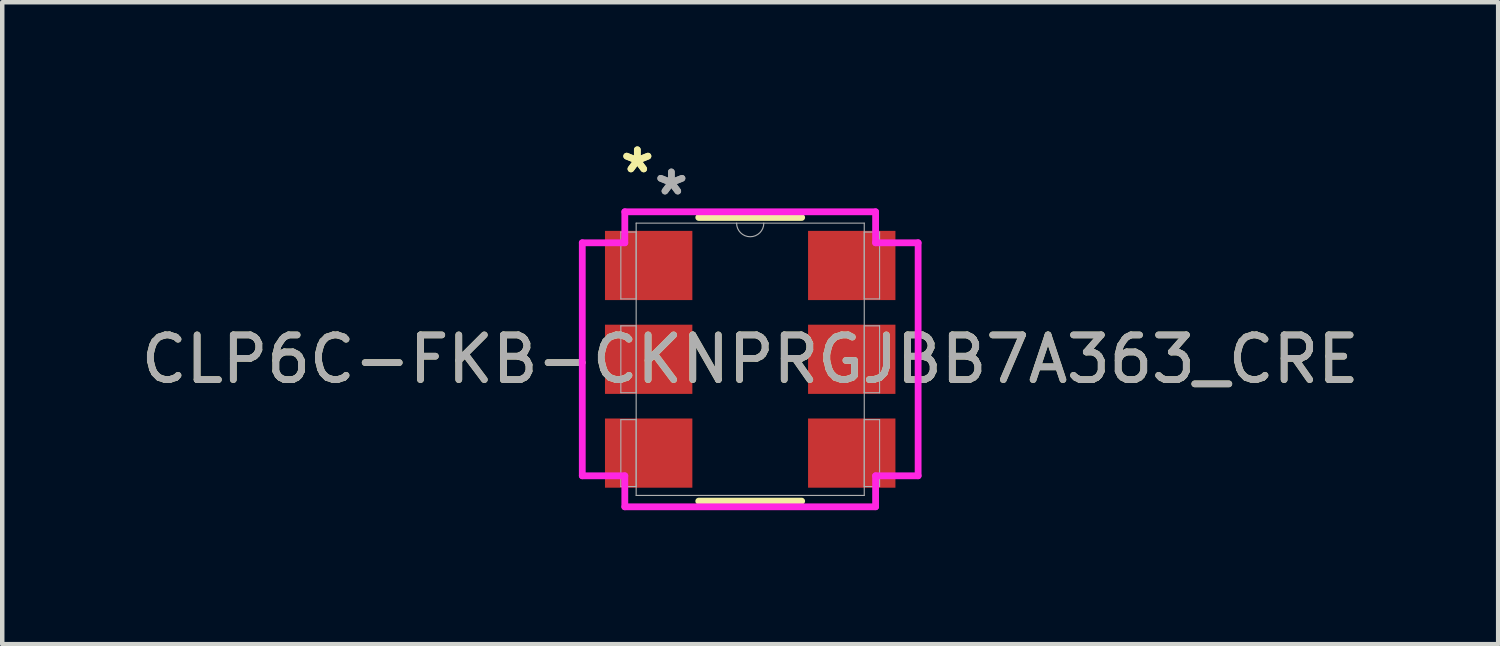
<source format=kicad_pcb>
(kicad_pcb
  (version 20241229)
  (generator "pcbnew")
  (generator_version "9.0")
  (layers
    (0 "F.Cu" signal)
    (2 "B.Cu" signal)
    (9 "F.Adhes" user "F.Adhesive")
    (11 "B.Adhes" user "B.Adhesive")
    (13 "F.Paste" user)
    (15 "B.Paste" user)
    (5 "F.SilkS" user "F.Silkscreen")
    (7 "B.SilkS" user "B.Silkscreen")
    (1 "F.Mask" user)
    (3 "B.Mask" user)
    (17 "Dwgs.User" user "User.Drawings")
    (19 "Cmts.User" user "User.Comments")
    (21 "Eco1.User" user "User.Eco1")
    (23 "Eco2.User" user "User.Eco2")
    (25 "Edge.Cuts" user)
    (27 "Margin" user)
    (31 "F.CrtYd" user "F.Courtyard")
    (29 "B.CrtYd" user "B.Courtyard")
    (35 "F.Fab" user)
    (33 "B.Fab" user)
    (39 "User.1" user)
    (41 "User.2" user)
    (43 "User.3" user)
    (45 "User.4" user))
  (footprint "CLP6C-FKB-CKNPRGJBB7A363_CRE"
    (layer "F.Cu")
    (at 13.744 4.993)
    (property "Reference" "CLP6C-FKB-CKNPRGJBB7A363_CRE" (at 0 0 0) (unlocked yes) (layer "F.SilkS") (effects (font (size 1 1) (thickness 0.15))))
    (attr smd)
    (fp_line (start -1.152 3.175) (end 1.152 3.175) (stroke (width 0.152) (type solid)) (layer "F.SilkS"))
    (fp_line (start 1.152 -3.175) (end -1.152 -3.175) (stroke (width 0.152) (type solid)) (layer "F.SilkS"))
    (fp_line (start -3.759 -2.608) (end -2.807 -2.608) (stroke (width 0.152) (type solid)) (layer "F.CrtYd"))
    (fp_line (start -3.759 2.608) (end -3.759 -2.608) (stroke (width 0.152) (type solid)) (layer "F.CrtYd"))
    (fp_line (start -3.759 2.608) (end -2.807 2.608) (stroke (width 0.152) (type solid)) (layer "F.CrtYd"))
    (fp_line (start -2.807 -3.302) (end 2.807 -3.302) (stroke (width 0.152) (type solid)) (layer "F.CrtYd"))
    (fp_line (start -2.807 -2.608) (end -2.807 -3.302) (stroke (width 0.152) (type solid)) (layer "F.CrtYd"))
    (fp_line (start -2.807 3.302) (end -2.807 2.608) (stroke (width 0.152) (type solid)) (layer "F.CrtYd"))
    (fp_line (start 2.807 -3.302) (end 2.807 -2.608) (stroke (width 0.152) (type solid)) (layer "F.CrtYd"))
    (fp_line (start 2.807 2.608) (end 2.807 3.302) (stroke (width 0.152) (type solid)) (layer "F.CrtYd"))
    (fp_line (start 2.807 3.302) (end -2.807 3.302) (stroke (width 0.152) (type solid)) (layer "F.CrtYd"))
    (fp_line (start 3.759 -2.608) (end 2.807 -2.608) (stroke (width 0.152) (type solid)) (layer "F.CrtYd"))
    (fp_line (start 3.759 -2.608) (end 3.759 2.608) (stroke (width 0.152) (type solid)) (layer "F.CrtYd"))
    (fp_line (start 3.759 2.608) (end 2.807 2.608) (stroke (width 0.152) (type solid)) (layer "F.CrtYd"))
    (fp_line (start -2.896 -2.849) (end -2.896 -1.351) (stroke (width 0.025) (type solid)) (layer "F.Fab"))
    (fp_line (start -2.896 -1.351) (end -2.553 -1.351) (stroke (width 0.025) (type solid)) (layer "F.Fab"))
    (fp_line (start -2.896 -0.749) (end -2.896 0.749) (stroke (width 0.025) (type solid)) (layer "F.Fab"))
    (fp_line (start -2.896 0.749) (end -2.553 0.749) (stroke (width 0.025) (type solid)) (layer "F.Fab"))
    (fp_line (start -2.896 1.351) (end -2.896 2.849) (stroke (width 0.025) (type solid)) (layer "F.Fab"))
    (fp_line (start -2.896 2.849) (end -2.553 2.849) (stroke (width 0.025) (type solid)) (layer "F.Fab"))
    (fp_line (start -2.553 -3.048) (end -2.553 3.048) (stroke (width 0.025) (type solid)) (layer "F.Fab"))
    (fp_line (start -2.553 -2.849) (end -2.896 -2.849) (stroke (width 0.025) (type solid)) (layer "F.Fab"))
    (fp_line (start -2.553 -1.351) (end -2.553 -2.849) (stroke (width 0.025) (type solid)) (layer "F.Fab"))
    (fp_line (start -2.553 -0.749) (end -2.896 -0.749) (stroke (width 0.025) (type solid)) (layer "F.Fab"))
    (fp_line (start -2.553 0.749) (end -2.553 -0.749) (stroke (width 0.025) (type solid)) (layer "F.Fab"))
    (fp_line (start -2.553 1.351) (end -2.896 1.351) (stroke (width 0.025) (type solid)) (layer "F.Fab"))
    (fp_line (start -2.553 2.849) (end -2.553 1.351) (stroke (width 0.025) (type solid)) (layer "F.Fab"))
    (fp_line (start -2.553 3.048) (end 2.553 3.048) (stroke (width 0.025) (type solid)) (layer "F.Fab"))
    (fp_line (start 2.553 -3.048) (end -2.553 -3.048) (stroke (width 0.025) (type solid)) (layer "F.Fab"))
    (fp_line (start 2.553 -2.849) (end 2.553 -1.351) (stroke (width 0.025) (type solid)) (layer "F.Fab"))
    (fp_line (start 2.553 -1.351) (end 2.896 -1.351) (stroke (width 0.025) (type solid)) (layer "F.Fab"))
    (fp_line (start 2.553 -0.749) (end 2.553 0.749) (stroke (width 0.025) (type solid)) (layer "F.Fab"))
    (fp_line (start 2.553 0.749) (end 2.896 0.749) (stroke (width 0.025) (type solid)) (layer "F.Fab"))
    (fp_line (start 2.553 1.351) (end 2.553 2.849) (stroke (width 0.025) (type solid)) (layer "F.Fab"))
    (fp_line (start 2.553 2.849) (end 2.896 2.849) (stroke (width 0.025) (type solid)) (layer "F.Fab"))
    (fp_line (start 2.553 3.048) (end 2.553 -3.048) (stroke (width 0.025) (type solid)) (layer "F.Fab"))
    (fp_line (start 2.896 -2.849) (end 2.553 -2.849) (stroke (width 0.025) (type solid)) (layer "F.Fab"))
    (fp_line (start 2.896 -1.351) (end 2.896 -2.849) (stroke (width 0.025) (type solid)) (layer "F.Fab"))
    (fp_line (start 2.896 -0.749) (end 2.553 -0.749) (stroke (width 0.025) (type solid)) (layer "F.Fab"))
    (fp_line (start 2.896 0.749) (end 2.896 -0.749) (stroke (width 0.025) (type solid)) (layer "F.Fab"))
    (fp_line (start 2.896 1.351) (end 2.553 1.351) (stroke (width 0.025) (type solid)) (layer "F.Fab"))
    (fp_line (start 2.896 2.849) (end 2.896 1.351) (stroke (width 0.025) (type solid)) (layer "F.Fab"))
    (fp_arc (start 0.3048 -3.048) (mid 0 -2.7432) (end -0.3048 -3.048) (stroke (width 0.0254) (type solid)) (layer "F.Fab"))
    (fp_text user "*" (at -2.527 -4.145 0) (unlocked yes) (layer "F.SilkS") (effects (font (size 1 1) (thickness 0.15))))
    (fp_text user "*" (at -2.527 -4.145 0) (layer "F.SilkS") (effects (font (size 1 1) (thickness 0.15))))
    (fp_text user "*" (at -1.765 -3.649 0) (layer "F.Fab") (effects (font (size 1 1) (thickness 0.15))))
    (fp_text user "${REFERENCE}" (at 0 0 0) (unlocked yes) (layer "F.Fab") (effects (font (size 1 1) (thickness 0.15))))
    (fp_text user "*" (at -1.765 -3.649 0) (unlocked yes) (layer "F.Fab") (effects (font (size 1 1) (thickness 0.15))))
    (pad "1" smd rect (at -2.273 -2.1) (size 1.956 1.549) (layers "F.Cu" "F.Mask" "F.Paste"))
    (pad "2" smd rect (at -2.273 0) (size 1.956 1.549) (layers "F.Cu" "F.Mask" "F.Paste"))
    (pad "3" smd rect (at -2.273 2.1) (size 1.956 1.549) (layers "F.Cu" "F.Mask" "F.Paste"))
    (pad "4" smd rect (at 2.273 2.1) (size 1.956 1.549) (layers "F.Cu" "F.Mask" "F.Paste"))
    (pad "5" smd rect (at 2.273 0) (size 1.956 1.549) (layers "F.Cu" "F.Mask" "F.Paste"))
    (pad "6" smd rect (at 2.273 -2.1) (size 1.956 1.549) (layers "F.Cu" "F.Mask" "F.Paste")))
  (gr_rect
    (start -3 -3)
    (end 30.488 11.371)
    (stroke (width 0.1) (type default))
    (fill no)
    (layer "Edge.Cuts")))
</source>
